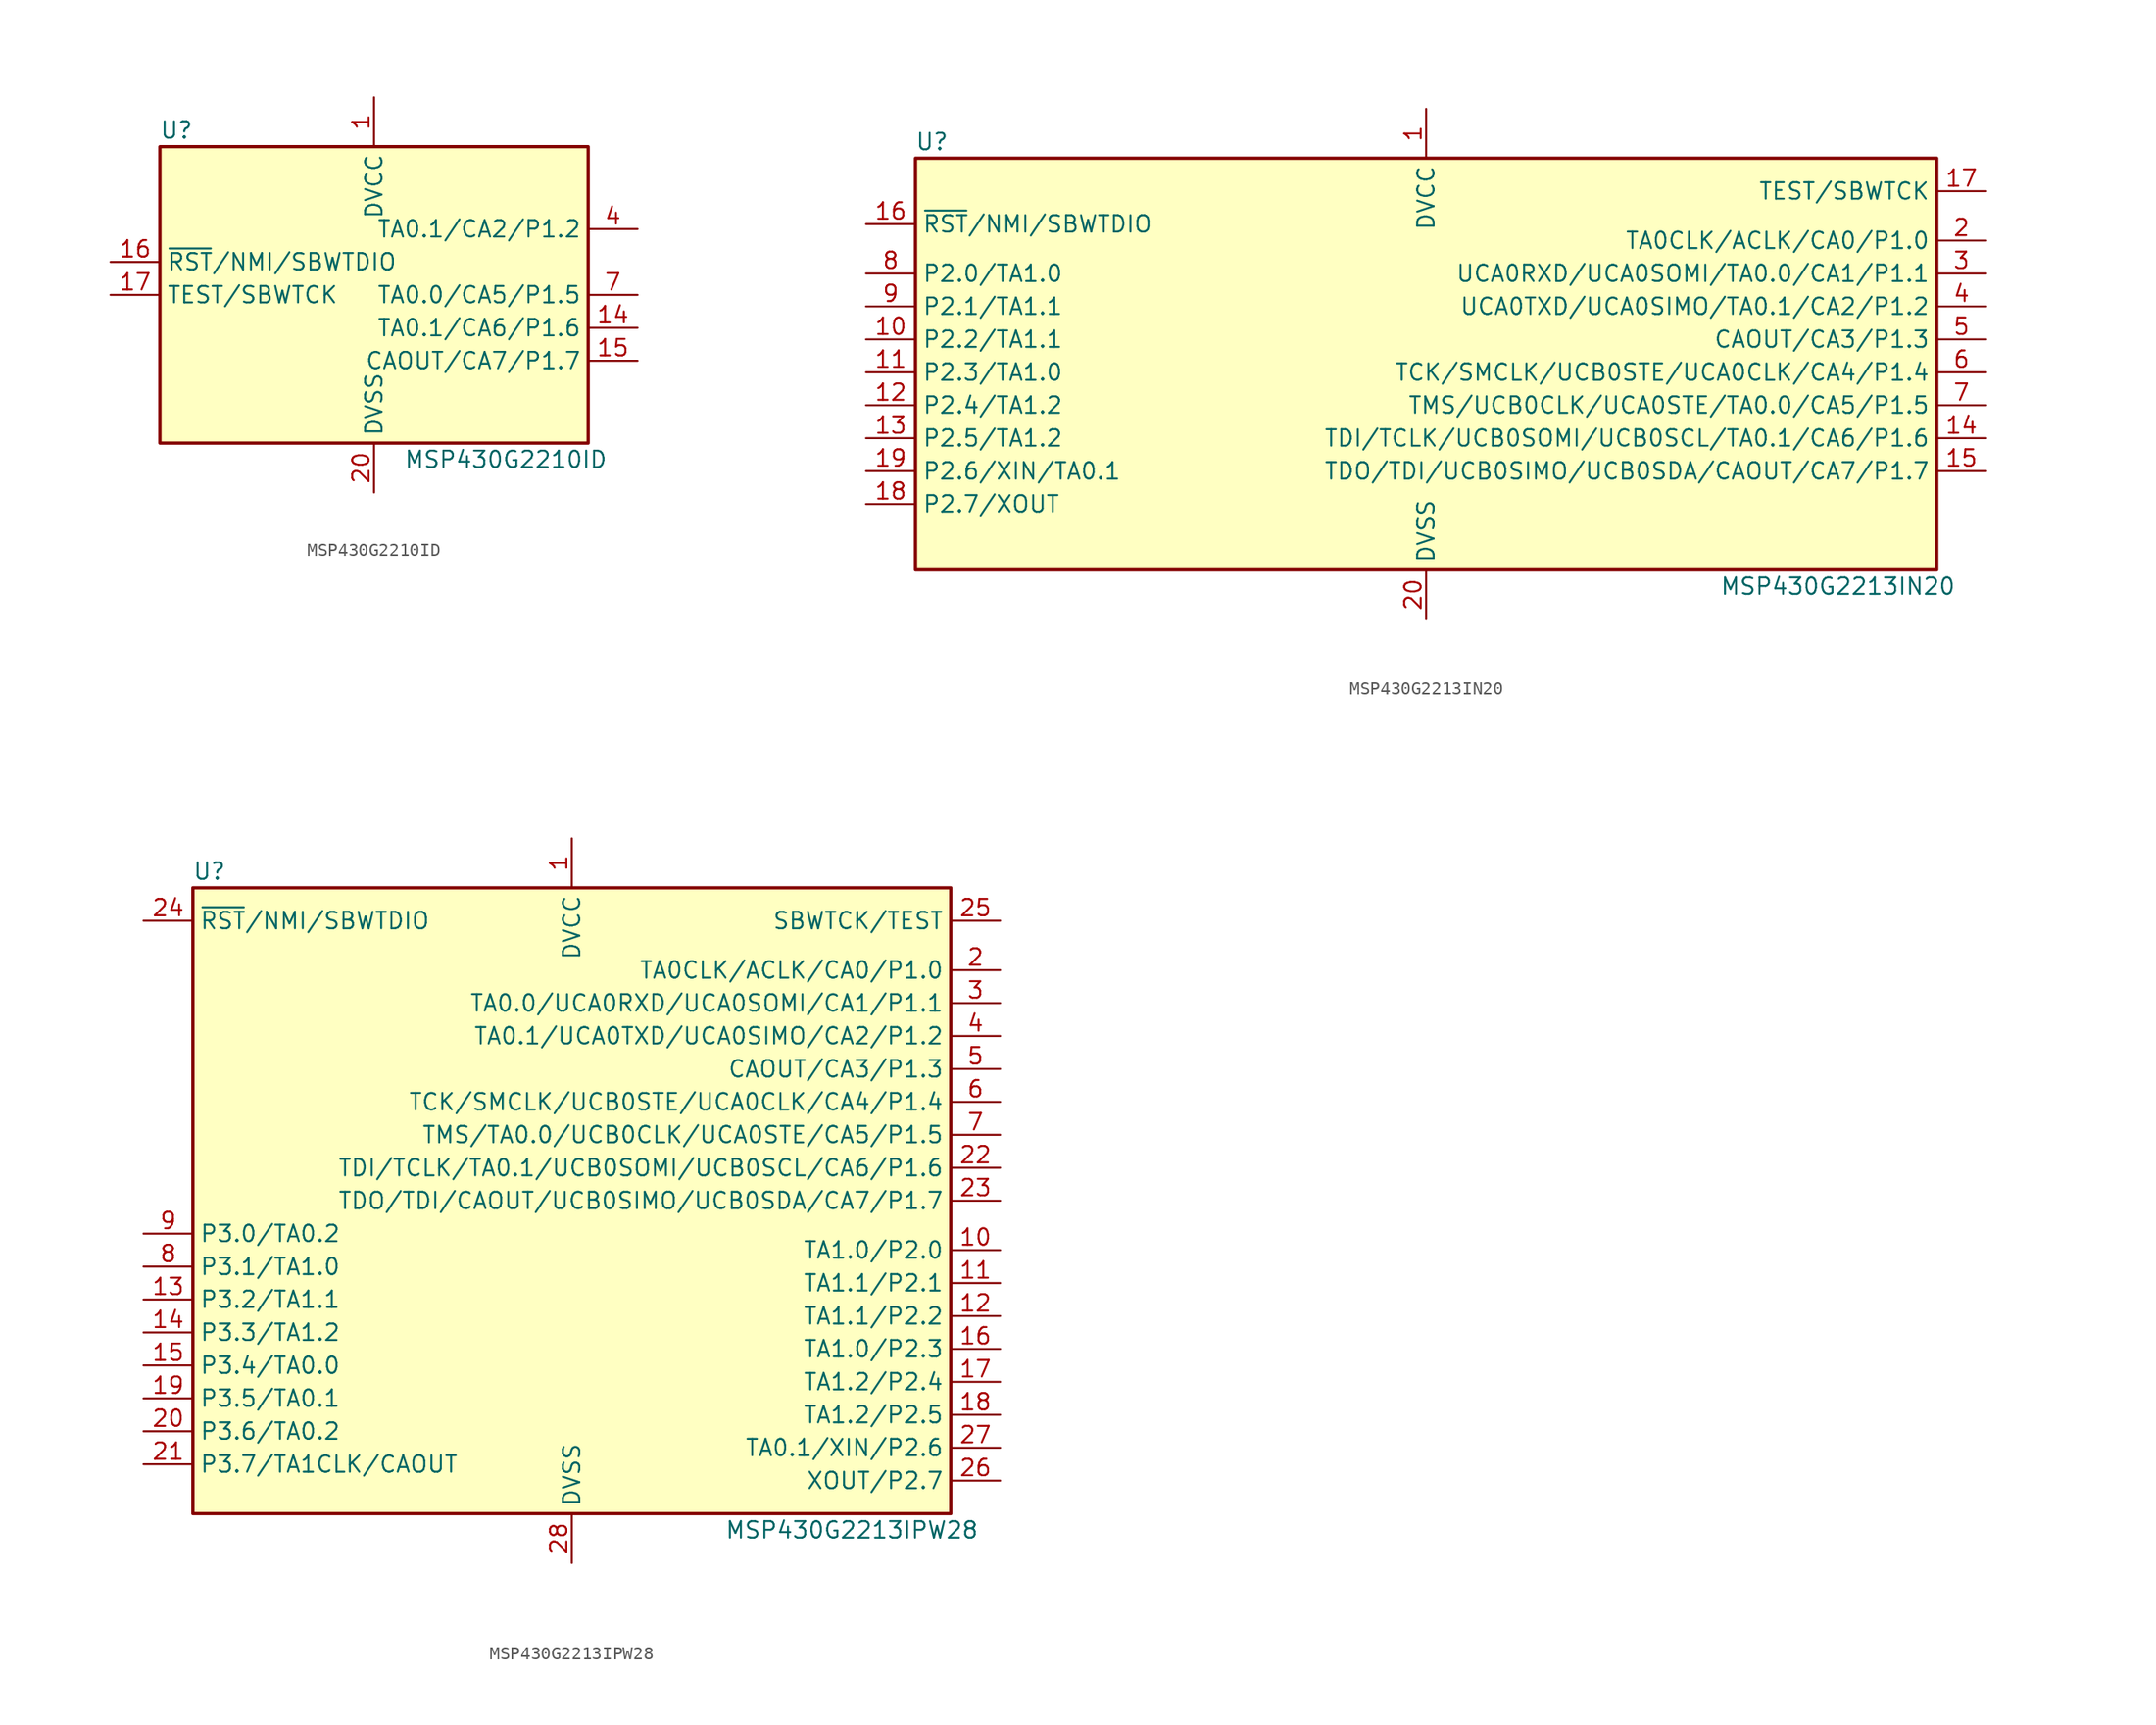
<source format=kicad_sym>
(kicad_symbol_lib
  (version 20201005)
  (generator kicad_symbol_editor)
  (symbol "MCU_Texas_MSP430:MSP430G2210ID"
    (property "Reference" "U"
      (at -15.24 12.7 0)
      (effects (font (size 1.27 1.27))))
    (property "Value" "MSP430G2210ID"
      (at 10.16 -12.7 0)
      (effects (font (size 1.27 1.27))))
    (symbol "MSP430G2210ID_0_1"
      (rectangle (start -16.51 11.43) (end 16.51 -11.43) (stroke (width 0.254)) (fill (type background))))
    (symbol "MSP430G2210ID_1_1"
      (pin power_in line (at 0 15.24 270) (length 3.81) (name "DVCC" (effects (font (size 1.27 1.27)))) (number "1" (effects (font (size 1.27 1.27)))))
      (pin bidirectional line (at 20.32 -2.54 180) (length 3.81) (name "TA0.1/CA6/P1.6" (effects (font (size 1.27 1.27)))) (number "14" (effects (font (size 1.27 1.27)))))
      (pin bidirectional line (at 20.32 -5.08 180) (length 3.81) (name "CAOUT/CA7/P1.7" (effects (font (size 1.27 1.27)))) (number "15" (effects (font (size 1.27 1.27)))))
      (pin input line (at -20.32 2.54 0) (length 3.81) (name "~RST~/NMI/SBWTDIO" (effects (font (size 1.27 1.27)))) (number "16" (effects (font (size 1.27 1.27)))))
      (pin input line (at -20.32 0 0) (length 3.81) (name "TEST/SBWTCK" (effects (font (size 1.27 1.27)))) (number "17" (effects (font (size 1.27 1.27)))))
      (pin power_in line (at 0 -15.24 90) (length 3.81) (name "DVSS" (effects (font (size 1.27 1.27)))) (number "20" (effects (font (size 1.27 1.27)))))
      (pin bidirectional line (at 20.32 5.08 180) (length 3.81) (name "TA0.1/CA2/P1.2" (effects (font (size 1.27 1.27)))) (number "4" (effects (font (size 1.27 1.27)))))
      (pin bidirectional line (at 20.32 0 180) (length 3.81) (name "TA0.0/CA5/P1.5" (effects (font (size 1.27 1.27)))) (number "7" (effects (font (size 1.27 1.27)))))))
  (symbol "MCU_Texas_MSP430:MSP430G2213IN20"
    (property "Reference" "U"
      (at -38.1 17.78 0)
      (effects (font (size 1.27 1.27))))
    (property "Value" "MSP430G2213IN20"
      (at 31.75 -16.51 0)
      (effects (font (size 1.27 1.27))))
    (symbol "MSP430G2213IN20_0_1"
      (rectangle (start -39.37 16.51) (end 39.37 -15.24) (stroke (width 0.254)) (fill (type background))))
    (symbol "MSP430G2213IN20_1_1"
      (pin power_in line (at 0 20.32 270) (length 3.81) (name "DVCC" (effects (font (size 1.27 1.27)))) (number "1" (effects (font (size 1.27 1.27)))))
      (pin bidirectional line (at -43.18 2.54 0) (length 3.81) (name "P2.2/TA1.1" (effects (font (size 1.27 1.27)))) (number "10" (effects (font (size 1.27 1.27)))))
      (pin bidirectional line (at -43.18 0 0) (length 3.81) (name "P2.3/TA1.0" (effects (font (size 1.27 1.27)))) (number "11" (effects (font (size 1.27 1.27)))))
      (pin bidirectional line (at -43.18 -2.54 0) (length 3.81) (name "P2.4/TA1.2" (effects (font (size 1.27 1.27)))) (number "12" (effects (font (size 1.27 1.27)))))
      (pin bidirectional line (at -43.18 -5.08 0) (length 3.81) (name "P2.5/TA1.2" (effects (font (size 1.27 1.27)))) (number "13" (effects (font (size 1.27 1.27)))))
      (pin bidirectional line (at 43.18 -5.08 180) (length 3.81) (name "TDI/TCLK/UCB0SOMI/UCB0SCL/TA0.1/CA6/P1.6" (effects (font (size 1.27 1.27)))) (number "14" (effects (font (size 1.27 1.27)))))
      (pin bidirectional line (at 43.18 -7.62 180) (length 3.81) (name "TDO/TDI/UCB0SIMO/UCB0SDA/CAOUT/CA7/P1.7" (effects (font (size 1.27 1.27)))) (number "15" (effects (font (size 1.27 1.27)))))
      (pin input line (at -43.18 11.43 0) (length 3.81) (name "~RST~/NMI/SBWTDIO" (effects (font (size 1.27 1.27)))) (number "16" (effects (font (size 1.27 1.27)))))
      (pin input line (at 43.18 13.97 180) (length 3.81) (name "TEST/SBWTCK" (effects (font (size 1.27 1.27)))) (number "17" (effects (font (size 1.27 1.27)))))
      (pin bidirectional line (at -43.18 -10.16 0) (length 3.81) (name "P2.7/XOUT" (effects (font (size 1.27 1.27)))) (number "18" (effects (font (size 1.27 1.27)))))
      (pin bidirectional line (at -43.18 -7.62 0) (length 3.81) (name "P2.6/XIN/TA0.1" (effects (font (size 1.27 1.27)))) (number "19" (effects (font (size 1.27 1.27)))))
      (pin bidirectional line (at 43.18 10.16 180) (length 3.81) (name "TA0CLK/ACLK/CA0/P1.0" (effects (font (size 1.27 1.27)))) (number "2" (effects (font (size 1.27 1.27)))))
      (pin power_in line (at 0 -19.05 90) (length 3.81) (name "DVSS" (effects (font (size 1.27 1.27)))) (number "20" (effects (font (size 1.27 1.27)))))
      (pin bidirectional line (at 43.18 7.62 180) (length 3.81) (name "UCA0RXD/UCA0SOMI/TA0.0/CA1/P1.1" (effects (font (size 1.27 1.27)))) (number "3" (effects (font (size 1.27 1.27)))))
      (pin bidirectional line (at 43.18 5.08 180) (length 3.81) (name "UCA0TXD/UCA0SIMO/TA0.1/CA2/P1.2" (effects (font (size 1.27 1.27)))) (number "4" (effects (font (size 1.27 1.27)))))
      (pin bidirectional line (at 43.18 2.54 180) (length 3.81) (name "CAOUT/CA3/P1.3" (effects (font (size 1.27 1.27)))) (number "5" (effects (font (size 1.27 1.27)))))
      (pin bidirectional line (at 43.18 0 180) (length 3.81) (name "TCK/SMCLK/UCB0STE/UCA0CLK/CA4/P1.4" (effects (font (size 1.27 1.27)))) (number "6" (effects (font (size 1.27 1.27)))))
      (pin bidirectional line (at 43.18 -2.54 180) (length 3.81) (name "TMS/UCB0CLK/UCA0STE/TA0.0/CA5/P1.5" (effects (font (size 1.27 1.27)))) (number "7" (effects (font (size 1.27 1.27)))))
      (pin bidirectional line (at -43.18 7.62 0) (length 3.81) (name "P2.0/TA1.0" (effects (font (size 1.27 1.27)))) (number "8" (effects (font (size 1.27 1.27)))))
      (pin bidirectional line (at -43.18 5.08 0) (length 3.81) (name "P2.1/TA1.1" (effects (font (size 1.27 1.27)))) (number "9" (effects (font (size 1.27 1.27)))))))
  (symbol "MCU_Texas_MSP430:MSP430G2213IPW28"
    (property "Reference" "U"
      (at -27.94 25.4 0)
      (effects (font (size 1.27 1.27))))
    (property "Value" "MSP430G2213IPW28"
      (at 21.59 -25.4 0)
      (effects (font (size 1.27 1.27))))
    (symbol "MSP430G2213IPW28_0_1"
      (rectangle (start -29.21 24.13) (end 29.21 -24.13) (stroke (width 0.254)) (fill (type background))))
    (symbol "MSP430G2213IPW28_1_1"
      (pin power_in line (at 0 27.94 270) (length 3.81) (name "DVCC" (effects (font (size 1.27 1.27)))) (number "1" (effects (font (size 1.27 1.27)))))
      (pin bidirectional line (at 33.02 -3.81 180) (length 3.81) (name "TA1.0/P2.0" (effects (font (size 1.27 1.27)))) (number "10" (effects (font (size 1.27 1.27)))))
      (pin bidirectional line (at 33.02 -6.35 180) (length 3.81) (name "TA1.1/P2.1" (effects (font (size 1.27 1.27)))) (number "11" (effects (font (size 1.27 1.27)))))
      (pin bidirectional line (at 33.02 -8.89 180) (length 3.81) (name "TA1.1/P2.2" (effects (font (size 1.27 1.27)))) (number "12" (effects (font (size 1.27 1.27)))))
      (pin bidirectional line (at -33.02 -7.62 0) (length 3.81) (name "P3.2/TA1.1" (effects (font (size 1.27 1.27)))) (number "13" (effects (font (size 1.27 1.27)))))
      (pin bidirectional line (at -33.02 -10.16 0) (length 3.81) (name "P3.3/TA1.2" (effects (font (size 1.27 1.27)))) (number "14" (effects (font (size 1.27 1.27)))))
      (pin bidirectional line (at -33.02 -12.7 0) (length 3.81) (name "P3.4/TA0.0" (effects (font (size 1.27 1.27)))) (number "15" (effects (font (size 1.27 1.27)))))
      (pin bidirectional line (at 33.02 -11.43 180) (length 3.81) (name "TA1.0/P2.3" (effects (font (size 1.27 1.27)))) (number "16" (effects (font (size 1.27 1.27)))))
      (pin bidirectional line (at 33.02 -13.97 180) (length 3.81) (name "TA1.2/P2.4" (effects (font (size 1.27 1.27)))) (number "17" (effects (font (size 1.27 1.27)))))
      (pin bidirectional line (at 33.02 -16.51 180) (length 3.81) (name "TA1.2/P2.5" (effects (font (size 1.27 1.27)))) (number "18" (effects (font (size 1.27 1.27)))))
      (pin bidirectional line (at -33.02 -15.24 0) (length 3.81) (name "P3.5/TA0.1" (effects (font (size 1.27 1.27)))) (number "19" (effects (font (size 1.27 1.27)))))
      (pin bidirectional line (at 33.02 17.78 180) (length 3.81) (name "TA0CLK/ACLK/CA0/P1.0" (effects (font (size 1.27 1.27)))) (number "2" (effects (font (size 1.27 1.27)))))
      (pin bidirectional line (at -33.02 -17.78 0) (length 3.81) (name "P3.6/TA0.2" (effects (font (size 1.27 1.27)))) (number "20" (effects (font (size 1.27 1.27)))))
      (pin bidirectional line (at -33.02 -20.32 0) (length 3.81) (name "P3.7/TA1CLK/CAOUT" (effects (font (size 1.27 1.27)))) (number "21" (effects (font (size 1.27 1.27)))))
      (pin bidirectional line (at 33.02 2.54 180) (length 3.81) (name "TDI/TCLK/TA0.1/UCB0SOMI/UCB0SCL/CA6/P1.6" (effects (font (size 1.27 1.27)))) (number "22" (effects (font (size 1.27 1.27)))))
      (pin bidirectional line (at 33.02 0 180) (length 3.81) (name "TDO/TDI/CAOUT/UCB0SIMO/UCB0SDA/CA7/P1.7" (effects (font (size 1.27 1.27)))) (number "23" (effects (font (size 1.27 1.27)))))
      (pin input line (at -33.02 21.59 0) (length 3.81) (name "~RST~/NMI/SBWTDIO" (effects (font (size 1.27 1.27)))) (number "24" (effects (font (size 1.27 1.27)))))
      (pin input line (at 33.02 21.59 180) (length 3.81) (name "SBWTCK/TEST" (effects (font (size 1.27 1.27)))) (number "25" (effects (font (size 1.27 1.27)))))
      (pin bidirectional line (at 33.02 -21.59 180) (length 3.81) (name "XOUT/P2.7" (effects (font (size 1.27 1.27)))) (number "26" (effects (font (size 1.27 1.27)))))
      (pin bidirectional line (at 33.02 -19.05 180) (length 3.81) (name "TA0.1/XIN/P2.6" (effects (font (size 1.27 1.27)))) (number "27" (effects (font (size 1.27 1.27)))))
      (pin power_in line (at 0 -27.94 90) (length 3.81) (name "DVSS" (effects (font (size 1.27 1.27)))) (number "28" (effects (font (size 1.27 1.27)))))
      (pin bidirectional line (at 33.02 15.24 180) (length 3.81) (name "TA0.0/UCA0RXD/UCA0SOMI/CA1/P1.1" (effects (font (size 1.27 1.27)))) (number "3" (effects (font (size 1.27 1.27)))))
      (pin bidirectional line (at 33.02 12.7 180) (length 3.81) (name "TA0.1/UCA0TXD/UCA0SIMO/CA2/P1.2" (effects (font (size 1.27 1.27)))) (number "4" (effects (font (size 1.27 1.27)))))
      (pin bidirectional line (at 33.02 10.16 180) (length 3.81) (name "CAOUT/CA3/P1.3" (effects (font (size 1.27 1.27)))) (number "5" (effects (font (size 1.27 1.27)))))
      (pin bidirectional line (at 33.02 7.62 180) (length 3.81) (name "TCK/SMCLK/UCB0STE/UCA0CLK/CA4/P1.4" (effects (font (size 1.27 1.27)))) (number "6" (effects (font (size 1.27 1.27)))))
      (pin bidirectional line (at 33.02 5.08 180) (length 3.81) (name "TMS/TA0.0/UCB0CLK/UCA0STE/CA5/P1.5" (effects (font (size 1.27 1.27)))) (number "7" (effects (font (size 1.27 1.27)))))
      (pin bidirectional line (at -33.02 -5.08 0) (length 3.81) (name "P3.1/TA1.0" (effects (font (size 1.27 1.27)))) (number "8" (effects (font (size 1.27 1.27)))))
      (pin bidirectional line (at -33.02 -2.54 0) (length 3.81) (name "P3.0/TA0.2" (effects (font (size 1.27 1.27)))) (number "9" (effects (font (size 1.27 1.27))))))))
</source>
